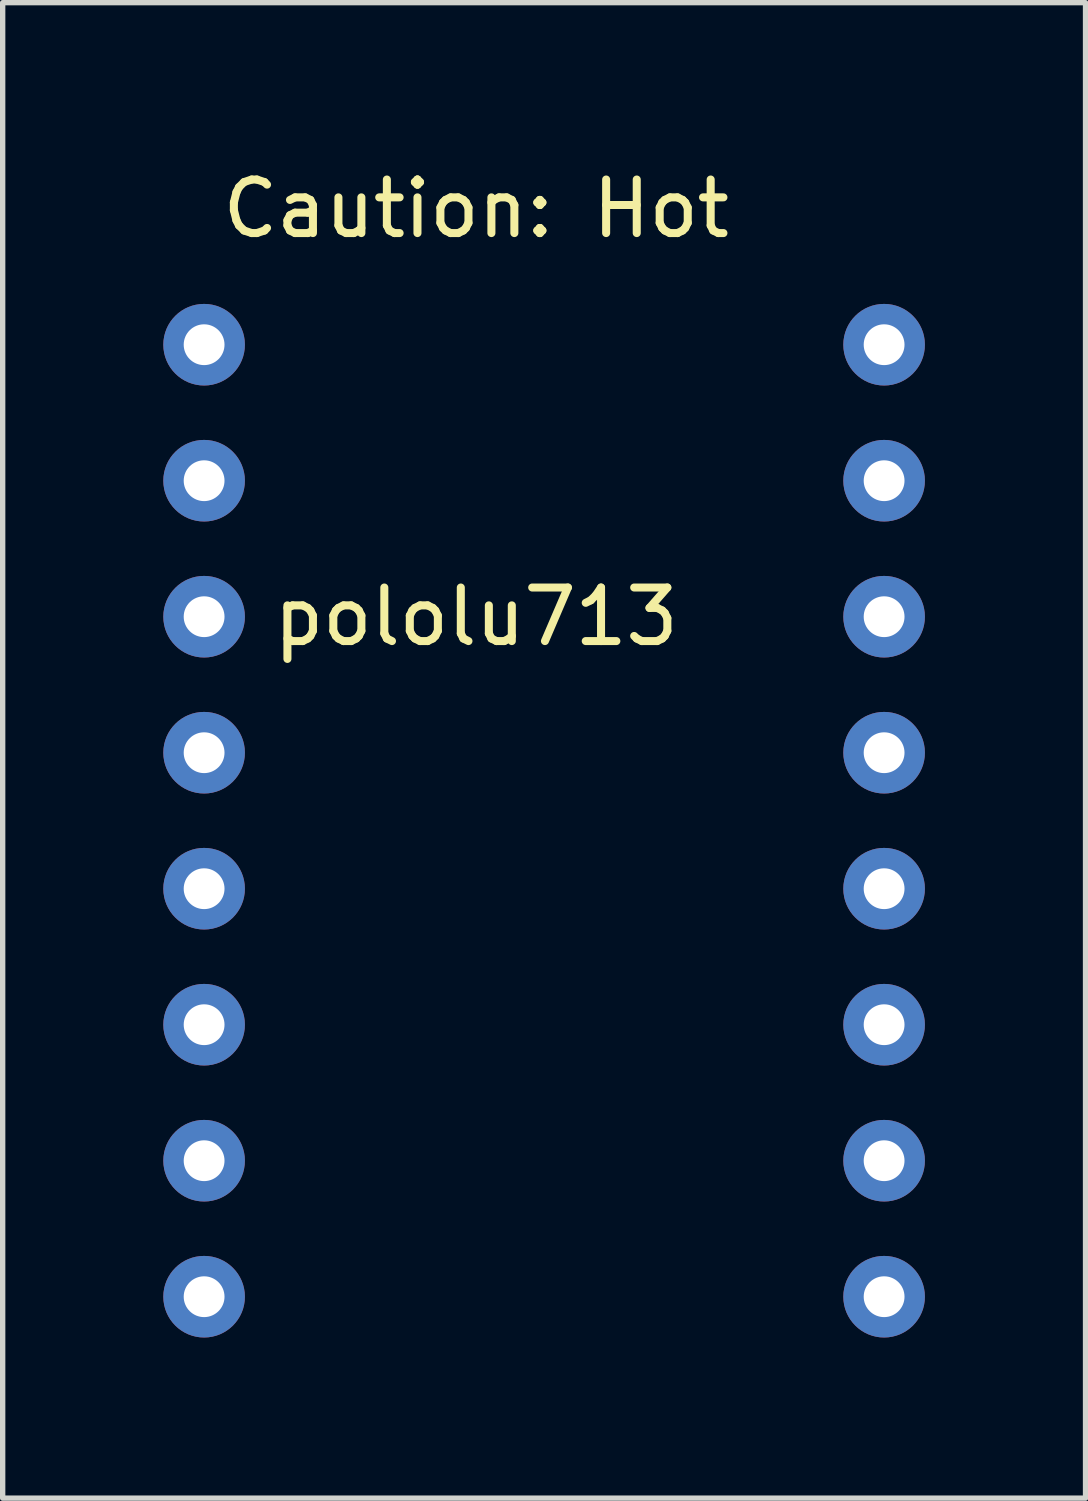
<source format=kicad_pcb>
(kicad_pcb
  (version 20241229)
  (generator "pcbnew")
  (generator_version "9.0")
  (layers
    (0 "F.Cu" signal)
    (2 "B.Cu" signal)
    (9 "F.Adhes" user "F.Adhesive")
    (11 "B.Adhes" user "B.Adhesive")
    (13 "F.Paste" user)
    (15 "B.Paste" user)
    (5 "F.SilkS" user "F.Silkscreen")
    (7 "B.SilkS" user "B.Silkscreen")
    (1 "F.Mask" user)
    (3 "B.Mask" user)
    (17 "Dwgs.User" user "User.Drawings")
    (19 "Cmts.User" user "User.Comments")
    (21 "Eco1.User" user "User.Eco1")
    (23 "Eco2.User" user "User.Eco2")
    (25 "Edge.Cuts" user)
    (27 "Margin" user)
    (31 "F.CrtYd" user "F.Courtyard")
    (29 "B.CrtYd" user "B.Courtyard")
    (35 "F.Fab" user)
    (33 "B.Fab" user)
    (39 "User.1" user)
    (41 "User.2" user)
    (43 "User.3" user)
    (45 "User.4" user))
  (footprint "pololu713"
    (layer "F.Cu")
    (at 0.762 3.388)
    (property "Reference" "pololu713" (at 5.08 5.08 0) (layer "F.SilkS") (effects (font (size 1 1) (thickness 0.15))))
    (attr through_hole)
    (fp_text user "Caution: Hot" (at 5.08 -2.54 0) (layer "F.SilkS") (effects (font (size 1 1) (thickness 0.15))))
    (pad "1" thru_hole circle (at 0 0) (size 1.524 1.524) (drill 0.762) (layers "*.Cu" "*.Mask"))
    (pad "2" thru_hole circle (at 0 2.54) (size 1.524 1.524) (drill 0.762) (layers "*.Cu" "*.Mask"))
    (pad "3" thru_hole circle (at 0 5.08) (size 1.524 1.524) (drill 0.762) (layers "*.Cu" "*.Mask"))
    (pad "4" thru_hole circle (at 0 7.62) (size 1.524 1.524) (drill 0.762) (layers "*.Cu" "*.Mask"))
    (pad "5" thru_hole circle (at 0 10.16) (size 1.524 1.524) (drill 0.762) (layers "*.Cu" "*.Mask"))
    (pad "6" thru_hole circle (at 0 12.7) (size 1.524 1.524) (drill 0.762) (layers "*.Cu" "*.Mask"))
    (pad "7" thru_hole circle (at 0 15.24) (size 1.524 1.524) (drill 0.762) (layers "*.Cu" "*.Mask"))
    (pad "8" thru_hole circle (at 0 17.78) (size 1.524 1.524) (drill 0.762) (layers "*.Cu" "*.Mask"))
    (pad "9" thru_hole circle (at 12.7 17.78) (size 1.524 1.524) (drill 0.762) (layers "*.Cu" "*.Mask"))
    (pad "10" thru_hole circle (at 12.7 15.24) (size 1.524 1.524) (drill 0.762) (layers "*.Cu" "*.Mask"))
    (pad "11" thru_hole circle (at 12.7 12.7) (size 1.524 1.524) (drill 0.762) (layers "*.Cu" "*.Mask"))
    (pad "12" thru_hole circle (at 12.7 10.16) (size 1.524 1.524) (drill 0.762) (layers "*.Cu" "*.Mask"))
    (pad "13" thru_hole circle (at 12.7 7.62) (size 1.524 1.524) (drill 0.762) (layers "*.Cu" "*.Mask"))
    (pad "14" thru_hole circle (at 12.7 5.08) (size 1.524 1.524) (drill 0.762) (layers "*.Cu" "*.Mask"))
    (pad "15" thru_hole circle (at 12.7 2.54) (size 1.524 1.524) (drill 0.762) (layers "*.Cu" "*.Mask"))
    (pad "16" thru_hole circle (at 12.7 0) (size 1.524 1.524) (drill 0.762) (layers "*.Cu" "*.Mask")))
  (gr_rect
    (start -3 -3)
    (end 17.224 24.93)
    (stroke (width 0.1) (type default))
    (fill no)
    (layer "Edge.Cuts")))
</source>
